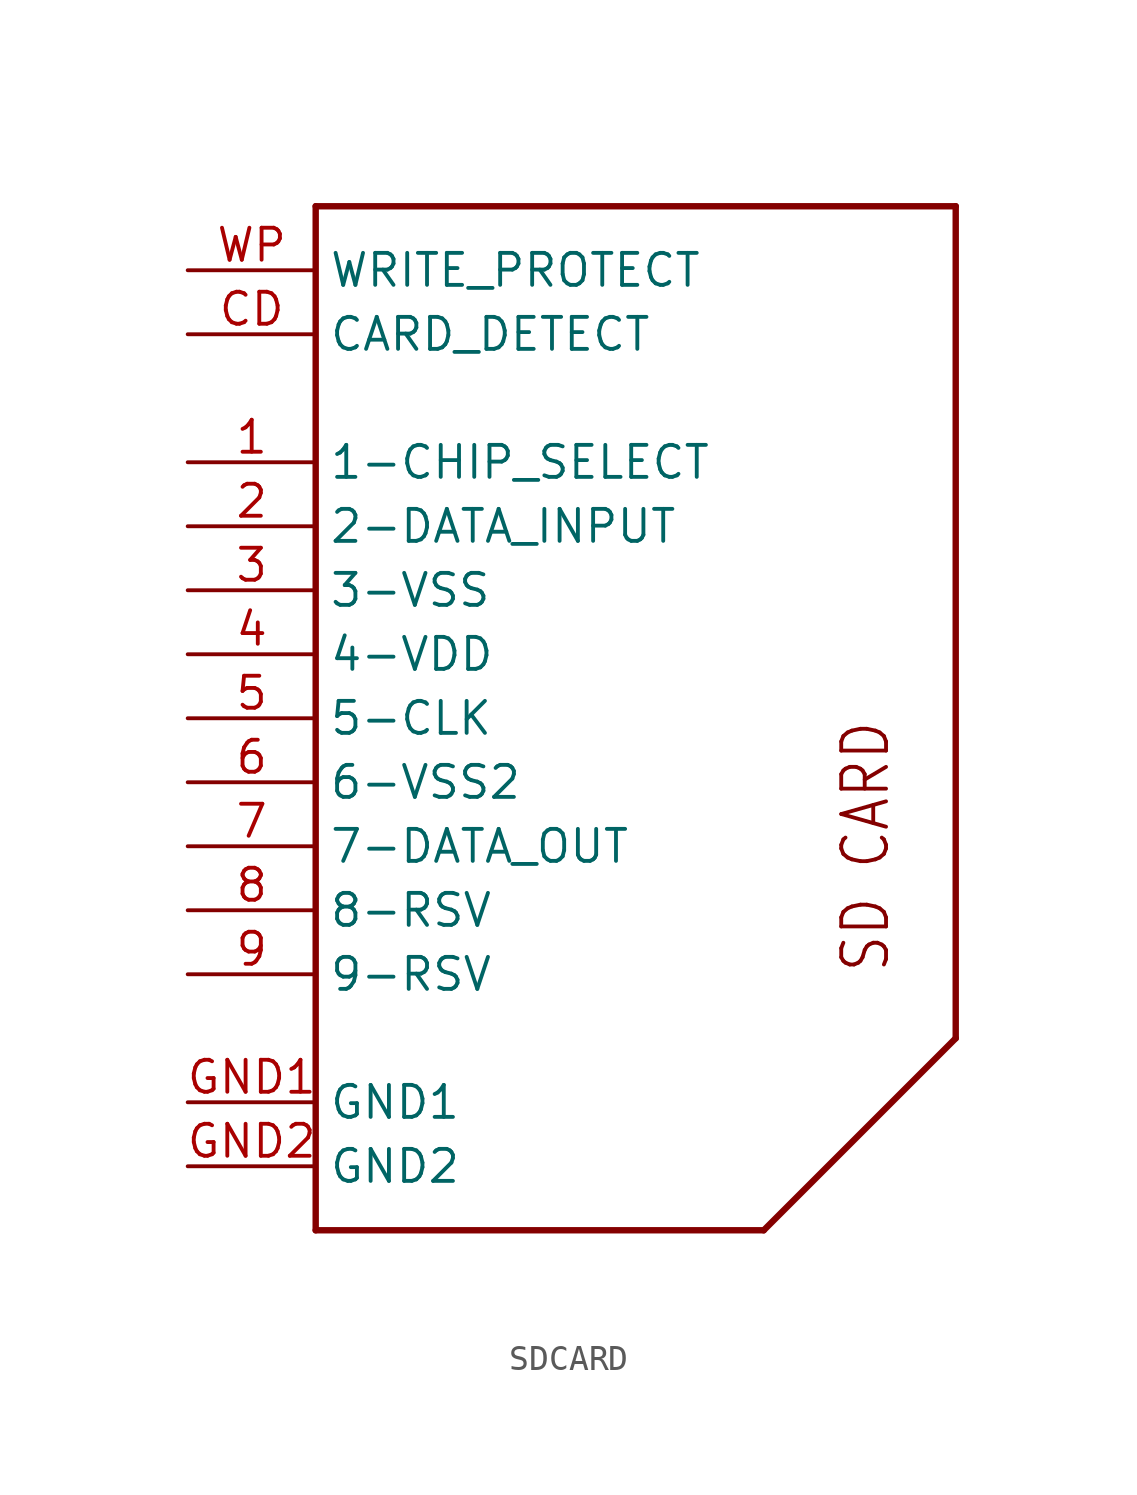
<source format=kicad_sym>
(kicad_symbol_lib
  (version 20231120)
  (generator "kicad_symbol_editor")
  (generator_version "8.0")
  (symbol "SDCARD"
    (property "Reference" ""
      (at 0 0 0)
      (effects (font (size 1.27 1.27)) (hide yes)))
    (property "ki_locked" ""
      (at 0 0 0)
      (effects (font (size 1.27 1.27))))
    (symbol "SDCARD_1_0"
      (polyline (pts (xy -2.54 -15.24) (xy -2.54 25.4)) (stroke (width 0.254) (type solid)) (fill (type none)))
      (polyline (pts (xy -2.54 25.4) (xy 22.86 25.4)) (stroke (width 0.254) (type solid)) (fill (type none)))
      (polyline (pts (xy 15.24 -15.24) (xy -2.54 -15.24)) (stroke (width 0.254) (type solid)) (fill (type none)))
      (polyline (pts (xy 22.86 -7.62) (xy 15.24 -15.24)) (stroke (width 0.254) (type solid)) (fill (type none)))
      (polyline (pts (xy 22.86 25.4) (xy 22.86 -7.62)) (stroke (width 0.254) (type solid)) (fill (type none)))
      (text "SD CARD" (at 20.32 -5.08 900) (effects (font (size 1.778 1.511)) (justify left bottom)))
      (pin bidirectional line (at -7.62 15.24 0) (length 5.08) (name "1-CHIP_SELECT" (effects (font (size 1.27 1.27)))) (number "1" (effects (font (size 1.27 1.27)))))
      (pin bidirectional line (at -7.62 12.7 0) (length 5.08) (name "2-DATA_INPUT" (effects (font (size 1.27 1.27)))) (number "2" (effects (font (size 1.27 1.27)))))
      (pin bidirectional line (at -7.62 10.16 0) (length 5.08) (name "3-VSS" (effects (font (size 1.27 1.27)))) (number "3" (effects (font (size 1.27 1.27)))))
      (pin bidirectional line (at -7.62 7.62 0) (length 5.08) (name "4-VDD" (effects (font (size 1.27 1.27)))) (number "4" (effects (font (size 1.27 1.27)))))
      (pin bidirectional line (at -7.62 5.08 0) (length 5.08) (name "5-CLK" (effects (font (size 1.27 1.27)))) (number "5" (effects (font (size 1.27 1.27)))))
      (pin bidirectional line (at -7.62 2.54 0) (length 5.08) (name "6-VSS2" (effects (font (size 1.27 1.27)))) (number "6" (effects (font (size 1.27 1.27)))))
      (pin bidirectional line (at -7.62 0 0) (length 5.08) (name "7-DATA_OUT" (effects (font (size 1.27 1.27)))) (number "7" (effects (font (size 1.27 1.27)))))
      (pin bidirectional line (at -7.62 -2.54 0) (length 5.08) (name "8-RSV" (effects (font (size 1.27 1.27)))) (number "8" (effects (font (size 1.27 1.27)))))
      (pin bidirectional line (at -7.62 -5.08 0) (length 5.08) (name "9-RSV" (effects (font (size 1.27 1.27)))) (number "9" (effects (font (size 1.27 1.27)))))
      (pin bidirectional line (at -7.62 20.32 0) (length 5.08) (name "CARD_DETECT" (effects (font (size 1.27 1.27)))) (number "CD" (effects (font (size 1.27 1.27)))))
      (pin bidirectional line (at -7.62 -10.16 0) (length 5.08) (name "GND1" (effects (font (size 1.27 1.27)))) (number "GND1" (effects (font (size 1.27 1.27)))))
      (pin bidirectional line (at -7.62 -12.7 0) (length 5.08) (name "GND2" (effects (font (size 1.27 1.27)))) (number "GND2" (effects (font (size 1.27 1.27)))))
      (pin bidirectional line (at -7.62 22.86 0) (length 5.08) (name "WRITE_PROTECT" (effects (font (size 1.27 1.27)))) (number "WP" (effects (font (size 1.27 1.27))))))))
</source>
